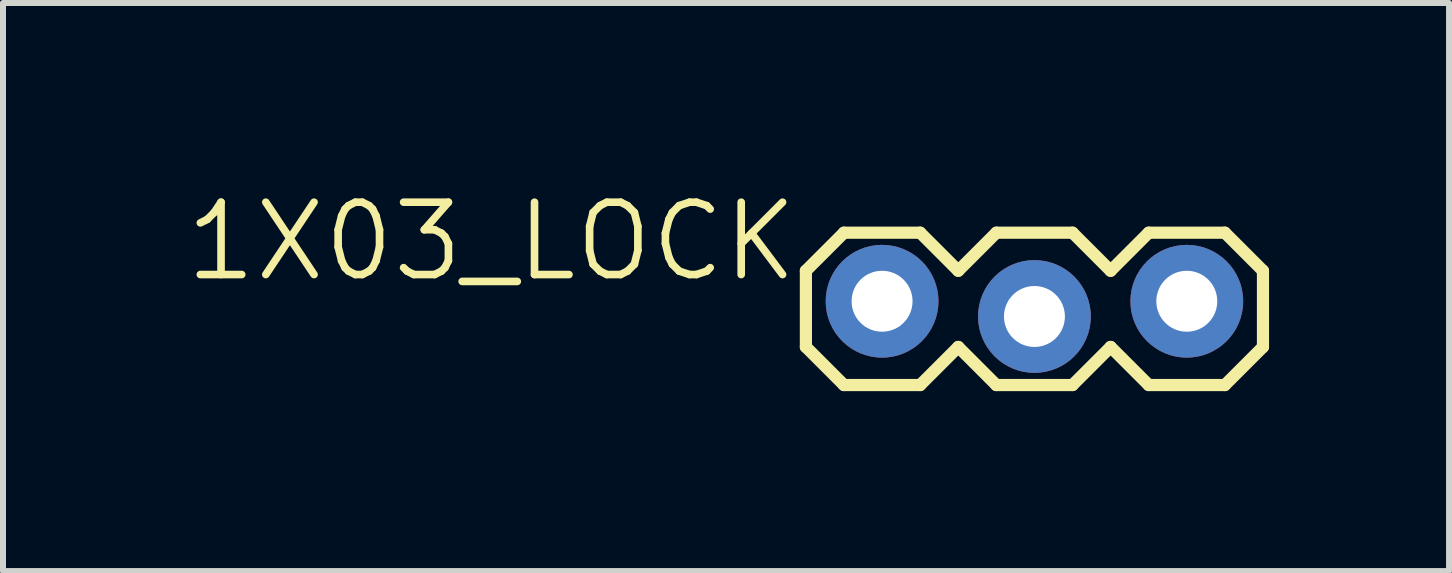
<source format=kicad_pcb>
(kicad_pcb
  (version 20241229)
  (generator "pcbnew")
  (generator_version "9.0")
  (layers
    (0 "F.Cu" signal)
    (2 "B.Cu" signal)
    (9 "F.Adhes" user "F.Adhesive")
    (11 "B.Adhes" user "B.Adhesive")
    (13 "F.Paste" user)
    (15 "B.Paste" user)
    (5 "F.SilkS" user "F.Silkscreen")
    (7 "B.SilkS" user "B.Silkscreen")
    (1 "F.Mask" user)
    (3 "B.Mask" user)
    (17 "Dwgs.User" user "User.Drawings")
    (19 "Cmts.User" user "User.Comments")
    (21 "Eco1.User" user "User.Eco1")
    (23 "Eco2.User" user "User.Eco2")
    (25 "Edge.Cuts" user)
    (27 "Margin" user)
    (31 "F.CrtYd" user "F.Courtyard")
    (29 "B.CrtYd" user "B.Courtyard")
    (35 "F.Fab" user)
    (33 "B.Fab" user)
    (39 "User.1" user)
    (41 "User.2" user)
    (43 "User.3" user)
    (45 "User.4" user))
  (footprint "1X03_LOCK"
    (layer "F.Cu")
    (at 11.655 2.099)
    (property "Reference" "1X03_LOCK" (at -1.346 -1.829 0) (layer "F.SilkS") (effects (font (size 1.206 1.206) (thickness 0.127)) (justify right top)))
    (attr through_hole)
    (fp_line (start -1.27 -0.635) (end -1.27 0.635) (stroke (width 0.203) (type solid)) (layer "F.SilkS"))
    (fp_line (start -1.27 0.635) (end -0.635 1.27) (stroke (width 0.203) (type solid)) (layer "F.SilkS"))
    (fp_line (start -0.635 -1.27) (end -1.27 -0.635) (stroke (width 0.203) (type solid)) (layer "F.SilkS"))
    (fp_line (start -0.635 -1.27) (end 0.635 -1.27) (stroke (width 0.203) (type solid)) (layer "F.SilkS"))
    (fp_line (start 0.635 -1.27) (end 1.27 -0.635) (stroke (width 0.203) (type solid)) (layer "F.SilkS"))
    (fp_line (start 0.635 1.27) (end -0.635 1.27) (stroke (width 0.203) (type solid)) (layer "F.SilkS"))
    (fp_line (start 1.27 -0.635) (end 1.905 -1.27) (stroke (width 0.203) (type solid)) (layer "F.SilkS"))
    (fp_line (start 1.27 0.635) (end 0.635 1.27) (stroke (width 0.203) (type solid)) (layer "F.SilkS"))
    (fp_line (start 1.905 -1.27) (end 3.175 -1.27) (stroke (width 0.203) (type solid)) (layer "F.SilkS"))
    (fp_line (start 1.905 1.27) (end 1.27 0.635) (stroke (width 0.203) (type solid)) (layer "F.SilkS"))
    (fp_line (start 3.175 -1.27) (end 3.81 -0.635) (stroke (width 0.203) (type solid)) (layer "F.SilkS"))
    (fp_line (start 3.175 1.27) (end 1.905 1.27) (stroke (width 0.203) (type solid)) (layer "F.SilkS"))
    (fp_line (start 3.81 -0.635) (end 4.445 -1.27) (stroke (width 0.203) (type solid)) (layer "F.SilkS"))
    (fp_line (start 3.81 0.635) (end 3.175 1.27) (stroke (width 0.203) (type solid)) (layer "F.SilkS"))
    (fp_line (start 4.445 -1.27) (end 5.715 -1.27) (stroke (width 0.203) (type solid)) (layer "F.SilkS"))
    (fp_line (start 4.445 1.27) (end 3.81 0.635) (stroke (width 0.203) (type solid)) (layer "F.SilkS"))
    (fp_line (start 5.715 -1.27) (end 6.35 -0.635) (stroke (width 0.203) (type solid)) (layer "F.SilkS"))
    (fp_line (start 5.715 1.27) (end 4.445 1.27) (stroke (width 0.203) (type solid)) (layer "F.SilkS"))
    (fp_line (start 6.35 -0.635) (end 6.35 0.635) (stroke (width 0.203) (type solid)) (layer "F.SilkS"))
    (fp_line (start 6.35 0.635) (end 5.715 1.27) (stroke (width 0.203) (type solid)) (layer "F.SilkS"))
    (fp_poly (pts (xy -0.254 0.254) (xy 0.254 0.254) (xy 0.254 -0.254) (xy -0.254 -0.254)) (stroke (width 0.1) (type solid)) (fill no) (layer "F.Fab"))
    (fp_poly (pts (xy 2.286 0.254) (xy 2.794 0.254) (xy 2.794 -0.254) (xy 2.286 -0.254)) (stroke (width 0.1) (type solid)) (fill no) (layer "F.Fab"))
    (fp_poly (pts (xy 4.826 0.254) (xy 5.334 0.254) (xy 5.334 -0.254) (xy 4.826 -0.254)) (stroke (width 0.1) (type solid)) (fill no) (layer "F.Fab"))
    (pad "1" thru_hole circle (at 0 -0.127 90) (size 1.88 1.88) (drill 1.016) (layers "*.Cu" "*.Mask"))
    (pad "2" thru_hole circle (at 2.54 0.127 90) (size 1.88 1.88) (drill 1.016) (layers "*.Cu" "*.Mask"))
    (pad "3" thru_hole circle (at 5.08 -0.127 90) (size 1.88 1.88) (drill 1.016) (layers "*.Cu" "*.Mask")))
  (gr_rect
    (start -3 -3)
    (end 21.107 6.47)
    (stroke (width 0.1) (type default))
    (fill no)
    (layer "Edge.Cuts")))
</source>
